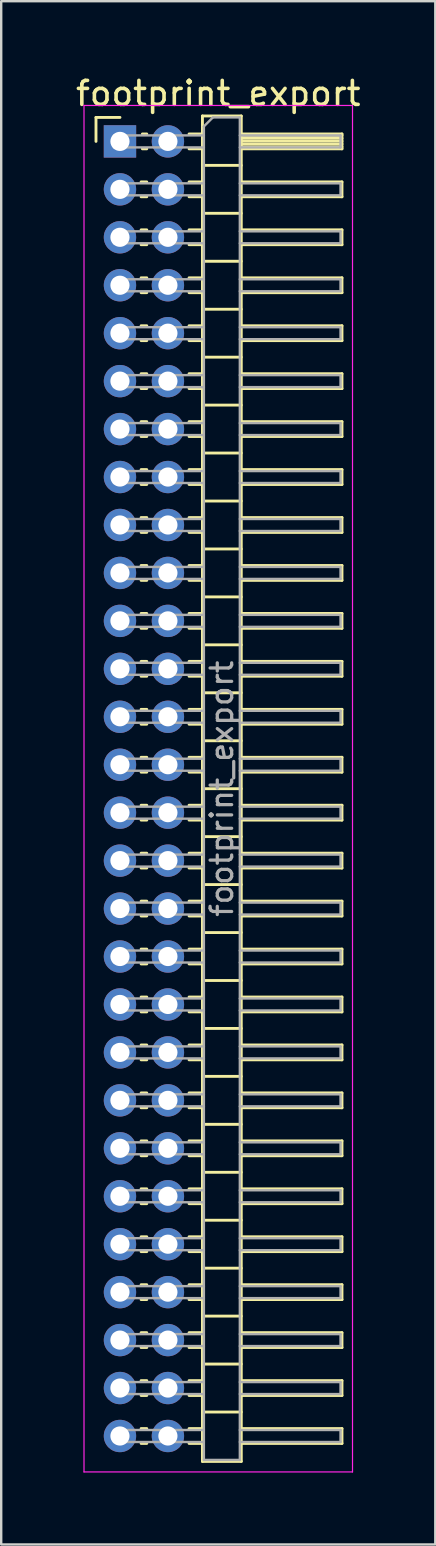
<source format=kicad_pcb>
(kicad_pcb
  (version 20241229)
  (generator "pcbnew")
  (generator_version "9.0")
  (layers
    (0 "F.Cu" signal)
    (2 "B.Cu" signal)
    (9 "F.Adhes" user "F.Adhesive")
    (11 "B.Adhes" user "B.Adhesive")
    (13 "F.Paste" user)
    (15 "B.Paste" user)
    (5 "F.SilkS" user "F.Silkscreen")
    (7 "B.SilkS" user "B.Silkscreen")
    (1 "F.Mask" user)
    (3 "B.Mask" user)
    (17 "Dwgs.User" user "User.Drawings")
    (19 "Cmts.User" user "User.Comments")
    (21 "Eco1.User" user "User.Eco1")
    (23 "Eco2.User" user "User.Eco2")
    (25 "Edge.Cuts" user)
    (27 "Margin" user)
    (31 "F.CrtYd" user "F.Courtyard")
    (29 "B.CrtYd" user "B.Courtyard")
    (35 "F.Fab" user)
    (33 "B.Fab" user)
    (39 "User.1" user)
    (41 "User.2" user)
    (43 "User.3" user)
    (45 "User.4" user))
  (footprint "footprint_export"
    (layer "F.Cu")
    (at 1.954 2.848)
    (property "Reference" "footprint_export" (at 4.1 -2 0) (layer "F.SilkS") (effects (font (size 1 1) (thickness 0.15))))
    (attr through_hole)
    (fp_line (start -1 -1) (end 0 -1) (stroke (width 0.12) (type solid)) (layer "F.SilkS"))
    (fp_line (start -1 0) (end -1 -1) (stroke (width 0.12) (type solid)) (layer "F.SilkS"))
    (fp_line (start 0.882 1.69) (end 1.118 1.69) (stroke (width 0.12) (type solid)) (layer "F.SilkS"))
    (fp_line (start 0.882 2.31) (end 1.118 2.31) (stroke (width 0.12) (type solid)) (layer "F.SilkS"))
    (fp_line (start 0.882 3.69) (end 1.118 3.69) (stroke (width 0.12) (type solid)) (layer "F.SilkS"))
    (fp_line (start 0.882 4.31) (end 1.118 4.31) (stroke (width 0.12) (type solid)) (layer "F.SilkS"))
    (fp_line (start 0.882 5.69) (end 1.118 5.69) (stroke (width 0.12) (type solid)) (layer "F.SilkS"))
    (fp_line (start 0.882 6.31) (end 1.118 6.31) (stroke (width 0.12) (type solid)) (layer "F.SilkS"))
    (fp_line (start 0.882 7.69) (end 1.118 7.69) (stroke (width 0.12) (type solid)) (layer "F.SilkS"))
    (fp_line (start 0.882 8.31) (end 1.118 8.31) (stroke (width 0.12) (type solid)) (layer "F.SilkS"))
    (fp_line (start 0.882 9.69) (end 1.118 9.69) (stroke (width 0.12) (type solid)) (layer "F.SilkS"))
    (fp_line (start 0.882 10.31) (end 1.118 10.31) (stroke (width 0.12) (type solid)) (layer "F.SilkS"))
    (fp_line (start 0.882 11.69) (end 1.118 11.69) (stroke (width 0.12) (type solid)) (layer "F.SilkS"))
    (fp_line (start 0.882 12.31) (end 1.118 12.31) (stroke (width 0.12) (type solid)) (layer "F.SilkS"))
    (fp_line (start 0.882 13.69) (end 1.118 13.69) (stroke (width 0.12) (type solid)) (layer "F.SilkS"))
    (fp_line (start 0.882 14.31) (end 1.118 14.31) (stroke (width 0.12) (type solid)) (layer "F.SilkS"))
    (fp_line (start 0.882 15.69) (end 1.118 15.69) (stroke (width 0.12) (type solid)) (layer "F.SilkS"))
    (fp_line (start 0.882 16.31) (end 1.118 16.31) (stroke (width 0.12) (type solid)) (layer "F.SilkS"))
    (fp_line (start 0.882 17.69) (end 1.118 17.69) (stroke (width 0.12) (type solid)) (layer "F.SilkS"))
    (fp_line (start 0.882 18.31) (end 1.118 18.31) (stroke (width 0.12) (type solid)) (layer "F.SilkS"))
    (fp_line (start 0.882 19.69) (end 1.118 19.69) (stroke (width 0.12) (type solid)) (layer "F.SilkS"))
    (fp_line (start 0.882 20.31) (end 1.118 20.31) (stroke (width 0.12) (type solid)) (layer "F.SilkS"))
    (fp_line (start 0.882 21.69) (end 1.118 21.69) (stroke (width 0.12) (type solid)) (layer "F.SilkS"))
    (fp_line (start 0.882 22.31) (end 1.118 22.31) (stroke (width 0.12) (type solid)) (layer "F.SilkS"))
    (fp_line (start 0.882 23.69) (end 1.118 23.69) (stroke (width 0.12) (type solid)) (layer "F.SilkS"))
    (fp_line (start 0.882 24.31) (end 1.118 24.31) (stroke (width 0.12) (type solid)) (layer "F.SilkS"))
    (fp_line (start 0.882 25.69) (end 1.118 25.69) (stroke (width 0.12) (type solid)) (layer "F.SilkS"))
    (fp_line (start 0.882 26.31) (end 1.118 26.31) (stroke (width 0.12) (type solid)) (layer "F.SilkS"))
    (fp_line (start 0.882 27.69) (end 1.118 27.69) (stroke (width 0.12) (type solid)) (layer "F.SilkS"))
    (fp_line (start 0.882 28.31) (end 1.118 28.31) (stroke (width 0.12) (type solid)) (layer "F.SilkS"))
    (fp_line (start 0.882 29.69) (end 1.118 29.69) (stroke (width 0.12) (type solid)) (layer "F.SilkS"))
    (fp_line (start 0.882 30.31) (end 1.118 30.31) (stroke (width 0.12) (type solid)) (layer "F.SilkS"))
    (fp_line (start 0.882 31.69) (end 1.118 31.69) (stroke (width 0.12) (type solid)) (layer "F.SilkS"))
    (fp_line (start 0.882 32.31) (end 1.118 32.31) (stroke (width 0.12) (type solid)) (layer "F.SilkS"))
    (fp_line (start 0.882 33.69) (end 1.118 33.69) (stroke (width 0.12) (type solid)) (layer "F.SilkS"))
    (fp_line (start 0.882 34.31) (end 1.118 34.31) (stroke (width 0.12) (type solid)) (layer "F.SilkS"))
    (fp_line (start 0.882 35.69) (end 1.118 35.69) (stroke (width 0.12) (type solid)) (layer "F.SilkS"))
    (fp_line (start 0.882 36.31) (end 1.118 36.31) (stroke (width 0.12) (type solid)) (layer "F.SilkS"))
    (fp_line (start 0.882 37.69) (end 1.118 37.69) (stroke (width 0.12) (type solid)) (layer "F.SilkS"))
    (fp_line (start 0.882 38.31) (end 1.118 38.31) (stroke (width 0.12) (type solid)) (layer "F.SilkS"))
    (fp_line (start 0.882 39.69) (end 1.118 39.69) (stroke (width 0.12) (type solid)) (layer "F.SilkS"))
    (fp_line (start 0.882 40.31) (end 1.118 40.31) (stroke (width 0.12) (type solid)) (layer "F.SilkS"))
    (fp_line (start 0.882 41.69) (end 1.118 41.69) (stroke (width 0.12) (type solid)) (layer "F.SilkS"))
    (fp_line (start 0.882 42.31) (end 1.118 42.31) (stroke (width 0.12) (type solid)) (layer "F.SilkS"))
    (fp_line (start 0.882 43.69) (end 1.118 43.69) (stroke (width 0.12) (type solid)) (layer "F.SilkS"))
    (fp_line (start 0.882 44.31) (end 1.118 44.31) (stroke (width 0.12) (type solid)) (layer "F.SilkS"))
    (fp_line (start 0.882 45.69) (end 1.118 45.69) (stroke (width 0.12) (type solid)) (layer "F.SilkS"))
    (fp_line (start 0.882 46.31) (end 1.118 46.31) (stroke (width 0.12) (type solid)) (layer "F.SilkS"))
    (fp_line (start 0.882 47.69) (end 1.118 47.69) (stroke (width 0.12) (type solid)) (layer "F.SilkS"))
    (fp_line (start 0.882 48.31) (end 1.118 48.31) (stroke (width 0.12) (type solid)) (layer "F.SilkS"))
    (fp_line (start 0.882 49.69) (end 1.118 49.69) (stroke (width 0.12) (type solid)) (layer "F.SilkS"))
    (fp_line (start 0.882 50.31) (end 1.118 50.31) (stroke (width 0.12) (type solid)) (layer "F.SilkS"))
    (fp_line (start 0.882 51.69) (end 1.118 51.69) (stroke (width 0.12) (type solid)) (layer "F.SilkS"))
    (fp_line (start 0.882 52.31) (end 1.118 52.31) (stroke (width 0.12) (type solid)) (layer "F.SilkS"))
    (fp_line (start 0.882 53.69) (end 1.118 53.69) (stroke (width 0.12) (type solid)) (layer "F.SilkS"))
    (fp_line (start 0.882 54.31) (end 1.118 54.31) (stroke (width 0.12) (type solid)) (layer "F.SilkS"))
    (fp_line (start 0.935 -0.31) (end 1.118 -0.31) (stroke (width 0.12) (type solid)) (layer "F.SilkS"))
    (fp_line (start 0.935 0.31) (end 1.118 0.31) (stroke (width 0.12) (type solid)) (layer "F.SilkS"))
    (fp_line (start 2.882 -0.31) (end 3.44 -0.31) (stroke (width 0.12) (type solid)) (layer "F.SilkS"))
    (fp_line (start 2.882 0.31) (end 3.44 0.31) (stroke (width 0.12) (type solid)) (layer "F.SilkS"))
    (fp_line (start 2.882 1.69) (end 3.44 1.69) (stroke (width 0.12) (type solid)) (layer "F.SilkS"))
    (fp_line (start 2.882 2.31) (end 3.44 2.31) (stroke (width 0.12) (type solid)) (layer "F.SilkS"))
    (fp_line (start 2.882 3.69) (end 3.44 3.69) (stroke (width 0.12) (type solid)) (layer "F.SilkS"))
    (fp_line (start 2.882 4.31) (end 3.44 4.31) (stroke (width 0.12) (type solid)) (layer "F.SilkS"))
    (fp_line (start 2.882 5.69) (end 3.44 5.69) (stroke (width 0.12) (type solid)) (layer "F.SilkS"))
    (fp_line (start 2.882 6.31) (end 3.44 6.31) (stroke (width 0.12) (type solid)) (layer "F.SilkS"))
    (fp_line (start 2.882 7.69) (end 3.44 7.69) (stroke (width 0.12) (type solid)) (layer "F.SilkS"))
    (fp_line (start 2.882 8.31) (end 3.44 8.31) (stroke (width 0.12) (type solid)) (layer "F.SilkS"))
    (fp_line (start 2.882 9.69) (end 3.44 9.69) (stroke (width 0.12) (type solid)) (layer "F.SilkS"))
    (fp_line (start 2.882 10.31) (end 3.44 10.31) (stroke (width 0.12) (type solid)) (layer "F.SilkS"))
    (fp_line (start 2.882 11.69) (end 3.44 11.69) (stroke (width 0.12) (type solid)) (layer "F.SilkS"))
    (fp_line (start 2.882 12.31) (end 3.44 12.31) (stroke (width 0.12) (type solid)) (layer "F.SilkS"))
    (fp_line (start 2.882 13.69) (end 3.44 13.69) (stroke (width 0.12) (type solid)) (layer "F.SilkS"))
    (fp_line (start 2.882 14.31) (end 3.44 14.31) (stroke (width 0.12) (type solid)) (layer "F.SilkS"))
    (fp_line (start 2.882 15.69) (end 3.44 15.69) (stroke (width 0.12) (type solid)) (layer "F.SilkS"))
    (fp_line (start 2.882 16.31) (end 3.44 16.31) (stroke (width 0.12) (type solid)) (layer "F.SilkS"))
    (fp_line (start 2.882 17.69) (end 3.44 17.69) (stroke (width 0.12) (type solid)) (layer "F.SilkS"))
    (fp_line (start 2.882 18.31) (end 3.44 18.31) (stroke (width 0.12) (type solid)) (layer "F.SilkS"))
    (fp_line (start 2.882 19.69) (end 3.44 19.69) (stroke (width 0.12) (type solid)) (layer "F.SilkS"))
    (fp_line (start 2.882 20.31) (end 3.44 20.31) (stroke (width 0.12) (type solid)) (layer "F.SilkS"))
    (fp_line (start 2.882 21.69) (end 3.44 21.69) (stroke (width 0.12) (type solid)) (layer "F.SilkS"))
    (fp_line (start 2.882 22.31) (end 3.44 22.31) (stroke (width 0.12) (type solid)) (layer "F.SilkS"))
    (fp_line (start 2.882 23.69) (end 3.44 23.69) (stroke (width 0.12) (type solid)) (layer "F.SilkS"))
    (fp_line (start 2.882 24.31) (end 3.44 24.31) (stroke (width 0.12) (type solid)) (layer "F.SilkS"))
    (fp_line (start 2.882 25.69) (end 3.44 25.69) (stroke (width 0.12) (type solid)) (layer "F.SilkS"))
    (fp_line (start 2.882 26.31) (end 3.44 26.31) (stroke (width 0.12) (type solid)) (layer "F.SilkS"))
    (fp_line (start 2.882 27.69) (end 3.44 27.69) (stroke (width 0.12) (type solid)) (layer "F.SilkS"))
    (fp_line (start 2.882 28.31) (end 3.44 28.31) (stroke (width 0.12) (type solid)) (layer "F.SilkS"))
    (fp_line (start 2.882 29.69) (end 3.44 29.69) (stroke (width 0.12) (type solid)) (layer "F.SilkS"))
    (fp_line (start 2.882 30.31) (end 3.44 30.31) (stroke (width 0.12) (type solid)) (layer "F.SilkS"))
    (fp_line (start 2.882 31.69) (end 3.44 31.69) (stroke (width 0.12) (type solid)) (layer "F.SilkS"))
    (fp_line (start 2.882 32.31) (end 3.44 32.31) (stroke (width 0.12) (type solid)) (layer "F.SilkS"))
    (fp_line (start 2.882 33.69) (end 3.44 33.69) (stroke (width 0.12) (type solid)) (layer "F.SilkS"))
    (fp_line (start 2.882 34.31) (end 3.44 34.31) (stroke (width 0.12) (type solid)) (layer "F.SilkS"))
    (fp_line (start 2.882 35.69) (end 3.44 35.69) (stroke (width 0.12) (type solid)) (layer "F.SilkS"))
    (fp_line (start 2.882 36.31) (end 3.44 36.31) (stroke (width 0.12) (type solid)) (layer "F.SilkS"))
    (fp_line (start 2.882 37.69) (end 3.44 37.69) (stroke (width 0.12) (type solid)) (layer "F.SilkS"))
    (fp_line (start 2.882 38.31) (end 3.44 38.31) (stroke (width 0.12) (type solid)) (layer "F.SilkS"))
    (fp_line (start 2.882 39.69) (end 3.44 39.69) (stroke (width 0.12) (type solid)) (layer "F.SilkS"))
    (fp_line (start 2.882 40.31) (end 3.44 40.31) (stroke (width 0.12) (type solid)) (layer "F.SilkS"))
    (fp_line (start 2.882 41.69) (end 3.44 41.69) (stroke (width 0.12) (type solid)) (layer "F.SilkS"))
    (fp_line (start 2.882 42.31) (end 3.44 42.31) (stroke (width 0.12) (type solid)) (layer "F.SilkS"))
    (fp_line (start 2.882 43.69) (end 3.44 43.69) (stroke (width 0.12) (type solid)) (layer "F.SilkS"))
    (fp_line (start 2.882 44.31) (end 3.44 44.31) (stroke (width 0.12) (type solid)) (layer "F.SilkS"))
    (fp_line (start 2.882 45.69) (end 3.44 45.69) (stroke (width 0.12) (type solid)) (layer "F.SilkS"))
    (fp_line (start 2.882 46.31) (end 3.44 46.31) (stroke (width 0.12) (type solid)) (layer "F.SilkS"))
    (fp_line (start 2.882 47.69) (end 3.44 47.69) (stroke (width 0.12) (type solid)) (layer "F.SilkS"))
    (fp_line (start 2.882 48.31) (end 3.44 48.31) (stroke (width 0.12) (type solid)) (layer "F.SilkS"))
    (fp_line (start 2.882 49.69) (end 3.44 49.69) (stroke (width 0.12) (type solid)) (layer "F.SilkS"))
    (fp_line (start 2.882 50.31) (end 3.44 50.31) (stroke (width 0.12) (type solid)) (layer "F.SilkS"))
    (fp_line (start 2.882 51.69) (end 3.44 51.69) (stroke (width 0.12) (type solid)) (layer "F.SilkS"))
    (fp_line (start 2.882 52.31) (end 3.44 52.31) (stroke (width 0.12) (type solid)) (layer "F.SilkS"))
    (fp_line (start 2.882 53.69) (end 3.44 53.69) (stroke (width 0.12) (type solid)) (layer "F.SilkS"))
    (fp_line (start 2.882 54.31) (end 3.44 54.31) (stroke (width 0.12) (type solid)) (layer "F.SilkS"))
    (fp_line (start 3.44 -1.06) (end 3.44 55.06) (stroke (width 0.12) (type solid)) (layer "F.SilkS"))
    (fp_line (start 3.44 1) (end 5.06 1) (stroke (width 0.12) (type solid)) (layer "F.SilkS"))
    (fp_line (start 3.44 3) (end 5.06 3) (stroke (width 0.12) (type solid)) (layer "F.SilkS"))
    (fp_line (start 3.44 5) (end 5.06 5) (stroke (width 0.12) (type solid)) (layer "F.SilkS"))
    (fp_line (start 3.44 7) (end 5.06 7) (stroke (width 0.12) (type solid)) (layer "F.SilkS"))
    (fp_line (start 3.44 9) (end 5.06 9) (stroke (width 0.12) (type solid)) (layer "F.SilkS"))
    (fp_line (start 3.44 11) (end 5.06 11) (stroke (width 0.12) (type solid)) (layer "F.SilkS"))
    (fp_line (start 3.44 13) (end 5.06 13) (stroke (width 0.12) (type solid)) (layer "F.SilkS"))
    (fp_line (start 3.44 15) (end 5.06 15) (stroke (width 0.12) (type solid)) (layer "F.SilkS"))
    (fp_line (start 3.44 17) (end 5.06 17) (stroke (width 0.12) (type solid)) (layer "F.SilkS"))
    (fp_line (start 3.44 19) (end 5.06 19) (stroke (width 0.12) (type solid)) (layer "F.SilkS"))
    (fp_line (start 3.44 21) (end 5.06 21) (stroke (width 0.12) (type solid)) (layer "F.SilkS"))
    (fp_line (start 3.44 23) (end 5.06 23) (stroke (width 0.12) (type solid)) (layer "F.SilkS"))
    (fp_line (start 3.44 25) (end 5.06 25) (stroke (width 0.12) (type solid)) (layer "F.SilkS"))
    (fp_line (start 3.44 27) (end 5.06 27) (stroke (width 0.12) (type solid)) (layer "F.SilkS"))
    (fp_line (start 3.44 29) (end 5.06 29) (stroke (width 0.12) (type solid)) (layer "F.SilkS"))
    (fp_line (start 3.44 31) (end 5.06 31) (stroke (width 0.12) (type solid)) (layer "F.SilkS"))
    (fp_line (start 3.44 33) (end 5.06 33) (stroke (width 0.12) (type solid)) (layer "F.SilkS"))
    (fp_line (start 3.44 35) (end 5.06 35) (stroke (width 0.12) (type solid)) (layer "F.SilkS"))
    (fp_line (start 3.44 37) (end 5.06 37) (stroke (width 0.12) (type solid)) (layer "F.SilkS"))
    (fp_line (start 3.44 39) (end 5.06 39) (stroke (width 0.12) (type solid)) (layer "F.SilkS"))
    (fp_line (start 3.44 41) (end 5.06 41) (stroke (width 0.12) (type solid)) (layer "F.SilkS"))
    (fp_line (start 3.44 43) (end 5.06 43) (stroke (width 0.12) (type solid)) (layer "F.SilkS"))
    (fp_line (start 3.44 45) (end 5.06 45) (stroke (width 0.12) (type solid)) (layer "F.SilkS"))
    (fp_line (start 3.44 47) (end 5.06 47) (stroke (width 0.12) (type solid)) (layer "F.SilkS"))
    (fp_line (start 3.44 49) (end 5.06 49) (stroke (width 0.12) (type solid)) (layer "F.SilkS"))
    (fp_line (start 3.44 51) (end 5.06 51) (stroke (width 0.12) (type solid)) (layer "F.SilkS"))
    (fp_line (start 3.44 53) (end 5.06 53) (stroke (width 0.12) (type solid)) (layer "F.SilkS"))
    (fp_line (start 3.44 55.06) (end 5.06 55.06) (stroke (width 0.12) (type solid)) (layer "F.SilkS"))
    (fp_line (start 5.06 -1.06) (end 3.44 -1.06) (stroke (width 0.12) (type solid)) (layer "F.SilkS"))
    (fp_line (start 5.06 -0.31) (end 9.26 -0.31) (stroke (width 0.12) (type solid)) (layer "F.SilkS"))
    (fp_line (start 5.06 -0.25) (end 9.26 -0.25) (stroke (width 0.12) (type solid)) (layer "F.SilkS"))
    (fp_line (start 5.06 -0.13) (end 9.26 -0.13) (stroke (width 0.12) (type solid)) (layer "F.SilkS"))
    (fp_line (start 5.06 -0.01) (end 9.26 -0.01) (stroke (width 0.12) (type solid)) (layer "F.SilkS"))
    (fp_line (start 5.06 0.11) (end 9.26 0.11) (stroke (width 0.12) (type solid)) (layer "F.SilkS"))
    (fp_line (start 5.06 0.23) (end 9.26 0.23) (stroke (width 0.12) (type solid)) (layer "F.SilkS"))
    (fp_line (start 5.06 1.69) (end 9.26 1.69) (stroke (width 0.12) (type solid)) (layer "F.SilkS"))
    (fp_line (start 5.06 3.69) (end 9.26 3.69) (stroke (width 0.12) (type solid)) (layer "F.SilkS"))
    (fp_line (start 5.06 5.69) (end 9.26 5.69) (stroke (width 0.12) (type solid)) (layer "F.SilkS"))
    (fp_line (start 5.06 7.69) (end 9.26 7.69) (stroke (width 0.12) (type solid)) (layer "F.SilkS"))
    (fp_line (start 5.06 9.69) (end 9.26 9.69) (stroke (width 0.12) (type solid)) (layer "F.SilkS"))
    (fp_line (start 5.06 11.69) (end 9.26 11.69) (stroke (width 0.12) (type solid)) (layer "F.SilkS"))
    (fp_line (start 5.06 13.69) (end 9.26 13.69) (stroke (width 0.12) (type solid)) (layer "F.SilkS"))
    (fp_line (start 5.06 15.69) (end 9.26 15.69) (stroke (width 0.12) (type solid)) (layer "F.SilkS"))
    (fp_line (start 5.06 17.69) (end 9.26 17.69) (stroke (width 0.12) (type solid)) (layer "F.SilkS"))
    (fp_line (start 5.06 19.69) (end 9.26 19.69) (stroke (width 0.12) (type solid)) (layer "F.SilkS"))
    (fp_line (start 5.06 21.69) (end 9.26 21.69) (stroke (width 0.12) (type solid)) (layer "F.SilkS"))
    (fp_line (start 5.06 23.69) (end 9.26 23.69) (stroke (width 0.12) (type solid)) (layer "F.SilkS"))
    (fp_line (start 5.06 25.69) (end 9.26 25.69) (stroke (width 0.12) (type solid)) (layer "F.SilkS"))
    (fp_line (start 5.06 27.69) (end 9.26 27.69) (stroke (width 0.12) (type solid)) (layer "F.SilkS"))
    (fp_line (start 5.06 29.69) (end 9.26 29.69) (stroke (width 0.12) (type solid)) (layer "F.SilkS"))
    (fp_line (start 5.06 31.69) (end 9.26 31.69) (stroke (width 0.12) (type solid)) (layer "F.SilkS"))
    (fp_line (start 5.06 33.69) (end 9.26 33.69) (stroke (width 0.12) (type solid)) (layer "F.SilkS"))
    (fp_line (start 5.06 35.69) (end 9.26 35.69) (stroke (width 0.12) (type solid)) (layer "F.SilkS"))
    (fp_line (start 5.06 37.69) (end 9.26 37.69) (stroke (width 0.12) (type solid)) (layer "F.SilkS"))
    (fp_line (start 5.06 39.69) (end 9.26 39.69) (stroke (width 0.12) (type solid)) (layer "F.SilkS"))
    (fp_line (start 5.06 41.69) (end 9.26 41.69) (stroke (width 0.12) (type solid)) (layer "F.SilkS"))
    (fp_line (start 5.06 43.69) (end 9.26 43.69) (stroke (width 0.12) (type solid)) (layer "F.SilkS"))
    (fp_line (start 5.06 45.69) (end 9.26 45.69) (stroke (width 0.12) (type solid)) (layer "F.SilkS"))
    (fp_line (start 5.06 47.69) (end 9.26 47.69) (stroke (width 0.12) (type solid)) (layer "F.SilkS"))
    (fp_line (start 5.06 49.69) (end 9.26 49.69) (stroke (width 0.12) (type solid)) (layer "F.SilkS"))
    (fp_line (start 5.06 51.69) (end 9.26 51.69) (stroke (width 0.12) (type solid)) (layer "F.SilkS"))
    (fp_line (start 5.06 53.69) (end 9.26 53.69) (stroke (width 0.12) (type solid)) (layer "F.SilkS"))
    (fp_line (start 5.06 55.06) (end 5.06 -1.06) (stroke (width 0.12) (type solid)) (layer "F.SilkS"))
    (fp_line (start 9.26 -0.31) (end 9.26 0.31) (stroke (width 0.12) (type solid)) (layer "F.SilkS"))
    (fp_line (start 9.26 0.31) (end 5.06 0.31) (stroke (width 0.12) (type solid)) (layer "F.SilkS"))
    (fp_line (start 9.26 1.69) (end 9.26 2.31) (stroke (width 0.12) (type solid)) (layer "F.SilkS"))
    (fp_line (start 9.26 2.31) (end 5.06 2.31) (stroke (width 0.12) (type solid)) (layer "F.SilkS"))
    (fp_line (start 9.26 3.69) (end 9.26 4.31) (stroke (width 0.12) (type solid)) (layer "F.SilkS"))
    (fp_line (start 9.26 4.31) (end 5.06 4.31) (stroke (width 0.12) (type solid)) (layer "F.SilkS"))
    (fp_line (start 9.26 5.69) (end 9.26 6.31) (stroke (width 0.12) (type solid)) (layer "F.SilkS"))
    (fp_line (start 9.26 6.31) (end 5.06 6.31) (stroke (width 0.12) (type solid)) (layer "F.SilkS"))
    (fp_line (start 9.26 7.69) (end 9.26 8.31) (stroke (width 0.12) (type solid)) (layer "F.SilkS"))
    (fp_line (start 9.26 8.31) (end 5.06 8.31) (stroke (width 0.12) (type solid)) (layer "F.SilkS"))
    (fp_line (start 9.26 9.69) (end 9.26 10.31) (stroke (width 0.12) (type solid)) (layer "F.SilkS"))
    (fp_line (start 9.26 10.31) (end 5.06 10.31) (stroke (width 0.12) (type solid)) (layer "F.SilkS"))
    (fp_line (start 9.26 11.69) (end 9.26 12.31) (stroke (width 0.12) (type solid)) (layer "F.SilkS"))
    (fp_line (start 9.26 12.31) (end 5.06 12.31) (stroke (width 0.12) (type solid)) (layer "F.SilkS"))
    (fp_line (start 9.26 13.69) (end 9.26 14.31) (stroke (width 0.12) (type solid)) (layer "F.SilkS"))
    (fp_line (start 9.26 14.31) (end 5.06 14.31) (stroke (width 0.12) (type solid)) (layer "F.SilkS"))
    (fp_line (start 9.26 15.69) (end 9.26 16.31) (stroke (width 0.12) (type solid)) (layer "F.SilkS"))
    (fp_line (start 9.26 16.31) (end 5.06 16.31) (stroke (width 0.12) (type solid)) (layer "F.SilkS"))
    (fp_line (start 9.26 17.69) (end 9.26 18.31) (stroke (width 0.12) (type solid)) (layer "F.SilkS"))
    (fp_line (start 9.26 18.31) (end 5.06 18.31) (stroke (width 0.12) (type solid)) (layer "F.SilkS"))
    (fp_line (start 9.26 19.69) (end 9.26 20.31) (stroke (width 0.12) (type solid)) (layer "F.SilkS"))
    (fp_line (start 9.26 20.31) (end 5.06 20.31) (stroke (width 0.12) (type solid)) (layer "F.SilkS"))
    (fp_line (start 9.26 21.69) (end 9.26 22.31) (stroke (width 0.12) (type solid)) (layer "F.SilkS"))
    (fp_line (start 9.26 22.31) (end 5.06 22.31) (stroke (width 0.12) (type solid)) (layer "F.SilkS"))
    (fp_line (start 9.26 23.69) (end 9.26 24.31) (stroke (width 0.12) (type solid)) (layer "F.SilkS"))
    (fp_line (start 9.26 24.31) (end 5.06 24.31) (stroke (width 0.12) (type solid)) (layer "F.SilkS"))
    (fp_line (start 9.26 25.69) (end 9.26 26.31) (stroke (width 0.12) (type solid)) (layer "F.SilkS"))
    (fp_line (start 9.26 26.31) (end 5.06 26.31) (stroke (width 0.12) (type solid)) (layer "F.SilkS"))
    (fp_line (start 9.26 27.69) (end 9.26 28.31) (stroke (width 0.12) (type solid)) (layer "F.SilkS"))
    (fp_line (start 9.26 28.31) (end 5.06 28.31) (stroke (width 0.12) (type solid)) (layer "F.SilkS"))
    (fp_line (start 9.26 29.69) (end 9.26 30.31) (stroke (width 0.12) (type solid)) (layer "F.SilkS"))
    (fp_line (start 9.26 30.31) (end 5.06 30.31) (stroke (width 0.12) (type solid)) (layer "F.SilkS"))
    (fp_line (start 9.26 31.69) (end 9.26 32.31) (stroke (width 0.12) (type solid)) (layer "F.SilkS"))
    (fp_line (start 9.26 32.31) (end 5.06 32.31) (stroke (width 0.12) (type solid)) (layer "F.SilkS"))
    (fp_line (start 9.26 33.69) (end 9.26 34.31) (stroke (width 0.12) (type solid)) (layer "F.SilkS"))
    (fp_line (start 9.26 34.31) (end 5.06 34.31) (stroke (width 0.12) (type solid)) (layer "F.SilkS"))
    (fp_line (start 9.26 35.69) (end 9.26 36.31) (stroke (width 0.12) (type solid)) (layer "F.SilkS"))
    (fp_line (start 9.26 36.31) (end 5.06 36.31) (stroke (width 0.12) (type solid)) (layer "F.SilkS"))
    (fp_line (start 9.26 37.69) (end 9.26 38.31) (stroke (width 0.12) (type solid)) (layer "F.SilkS"))
    (fp_line (start 9.26 38.31) (end 5.06 38.31) (stroke (width 0.12) (type solid)) (layer "F.SilkS"))
    (fp_line (start 9.26 39.69) (end 9.26 40.31) (stroke (width 0.12) (type solid)) (layer "F.SilkS"))
    (fp_line (start 9.26 40.31) (end 5.06 40.31) (stroke (width 0.12) (type solid)) (layer "F.SilkS"))
    (fp_line (start 9.26 41.69) (end 9.26 42.31) (stroke (width 0.12) (type solid)) (layer "F.SilkS"))
    (fp_line (start 9.26 42.31) (end 5.06 42.31) (stroke (width 0.12) (type solid)) (layer "F.SilkS"))
    (fp_line (start 9.26 43.69) (end 9.26 44.31) (stroke (width 0.12) (type solid)) (layer "F.SilkS"))
    (fp_line (start 9.26 44.31) (end 5.06 44.31) (stroke (width 0.12) (type solid)) (layer "F.SilkS"))
    (fp_line (start 9.26 45.69) (end 9.26 46.31) (stroke (width 0.12) (type solid)) (layer "F.SilkS"))
    (fp_line (start 9.26 46.31) (end 5.06 46.31) (stroke (width 0.12) (type solid)) (layer "F.SilkS"))
    (fp_line (start 9.26 47.69) (end 9.26 48.31) (stroke (width 0.12) (type solid)) (layer "F.SilkS"))
    (fp_line (start 9.26 48.31) (end 5.06 48.31) (stroke (width 0.12) (type solid)) (layer "F.SilkS"))
    (fp_line (start 9.26 49.69) (end 9.26 50.31) (stroke (width 0.12) (type solid)) (layer "F.SilkS"))
    (fp_line (start 9.26 50.31) (end 5.06 50.31) (stroke (width 0.12) (type solid)) (layer "F.SilkS"))
    (fp_line (start 9.26 51.69) (end 9.26 52.31) (stroke (width 0.12) (type solid)) (layer "F.SilkS"))
    (fp_line (start 9.26 52.31) (end 5.06 52.31) (stroke (width 0.12) (type solid)) (layer "F.SilkS"))
    (fp_line (start 9.26 53.69) (end 9.26 54.31) (stroke (width 0.12) (type solid)) (layer "F.SilkS"))
    (fp_line (start 9.26 54.31) (end 5.06 54.31) (stroke (width 0.12) (type solid)) (layer "F.SilkS"))
    (fp_line (start -1.5 -1.5) (end -1.5 55.5) (stroke (width 0.05) (type solid)) (layer "F.CrtYd"))
    (fp_line (start -1.5 55.5) (end 9.7 55.5) (stroke (width 0.05) (type solid)) (layer "F.CrtYd"))
    (fp_line (start 9.7 -1.5) (end -1.5 -1.5) (stroke (width 0.05) (type solid)) (layer "F.CrtYd"))
    (fp_line (start 9.7 55.5) (end 9.7 -1.5) (stroke (width 0.05) (type solid)) (layer "F.CrtYd"))
    (fp_line (start -0.25 -0.25) (end -0.25 0.25) (stroke (width 0.1) (type solid)) (layer "F.Fab"))
    (fp_line (start -0.25 -0.25) (end 3.5 -0.25) (stroke (width 0.1) (type solid)) (layer "F.Fab"))
    (fp_line (start -0.25 0.25) (end 3.5 0.25) (stroke (width 0.1) (type solid)) (layer "F.Fab"))
    (fp_line (start -0.25 1.75) (end -0.25 2.25) (stroke (width 0.1) (type solid)) (layer "F.Fab"))
    (fp_line (start -0.25 1.75) (end 3.5 1.75) (stroke (width 0.1) (type solid)) (layer "F.Fab"))
    (fp_line (start -0.25 2.25) (end 3.5 2.25) (stroke (width 0.1) (type solid)) (layer "F.Fab"))
    (fp_line (start -0.25 3.75) (end -0.25 4.25) (stroke (width 0.1) (type solid)) (layer "F.Fab"))
    (fp_line (start -0.25 3.75) (end 3.5 3.75) (stroke (width 0.1) (type solid)) (layer "F.Fab"))
    (fp_line (start -0.25 4.25) (end 3.5 4.25) (stroke (width 0.1) (type solid)) (layer "F.Fab"))
    (fp_line (start -0.25 5.75) (end -0.25 6.25) (stroke (width 0.1) (type solid)) (layer "F.Fab"))
    (fp_line (start -0.25 5.75) (end 3.5 5.75) (stroke (width 0.1) (type solid)) (layer "F.Fab"))
    (fp_line (start -0.25 6.25) (end 3.5 6.25) (stroke (width 0.1) (type solid)) (layer "F.Fab"))
    (fp_line (start -0.25 7.75) (end -0.25 8.25) (stroke (width 0.1) (type solid)) (layer "F.Fab"))
    (fp_line (start -0.25 7.75) (end 3.5 7.75) (stroke (width 0.1) (type solid)) (layer "F.Fab"))
    (fp_line (start -0.25 8.25) (end 3.5 8.25) (stroke (width 0.1) (type solid)) (layer "F.Fab"))
    (fp_line (start -0.25 9.75) (end -0.25 10.25) (stroke (width 0.1) (type solid)) (layer "F.Fab"))
    (fp_line (start -0.25 9.75) (end 3.5 9.75) (stroke (width 0.1) (type solid)) (layer "F.Fab"))
    (fp_line (start -0.25 10.25) (end 3.5 10.25) (stroke (width 0.1) (type solid)) (layer "F.Fab"))
    (fp_line (start -0.25 11.75) (end -0.25 12.25) (stroke (width 0.1) (type solid)) (layer "F.Fab"))
    (fp_line (start -0.25 11.75) (end 3.5 11.75) (stroke (width 0.1) (type solid)) (layer "F.Fab"))
    (fp_line (start -0.25 12.25) (end 3.5 12.25) (stroke (width 0.1) (type solid)) (layer "F.Fab"))
    (fp_line (start -0.25 13.75) (end -0.25 14.25) (stroke (width 0.1) (type solid)) (layer "F.Fab"))
    (fp_line (start -0.25 13.75) (end 3.5 13.75) (stroke (width 0.1) (type solid)) (layer "F.Fab"))
    (fp_line (start -0.25 14.25) (end 3.5 14.25) (stroke (width 0.1) (type solid)) (layer "F.Fab"))
    (fp_line (start -0.25 15.75) (end -0.25 16.25) (stroke (width 0.1) (type solid)) (layer "F.Fab"))
    (fp_line (start -0.25 15.75) (end 3.5 15.75) (stroke (width 0.1) (type solid)) (layer "F.Fab"))
    (fp_line (start -0.25 16.25) (end 3.5 16.25) (stroke (width 0.1) (type solid)) (layer "F.Fab"))
    (fp_line (start -0.25 17.75) (end -0.25 18.25) (stroke (width 0.1) (type solid)) (layer "F.Fab"))
    (fp_line (start -0.25 17.75) (end 3.5 17.75) (stroke (width 0.1) (type solid)) (layer "F.Fab"))
    (fp_line (start -0.25 18.25) (end 3.5 18.25) (stroke (width 0.1) (type solid)) (layer "F.Fab"))
    (fp_line (start -0.25 19.75) (end -0.25 20.25) (stroke (width 0.1) (type solid)) (layer "F.Fab"))
    (fp_line (start -0.25 19.75) (end 3.5 19.75) (stroke (width 0.1) (type solid)) (layer "F.Fab"))
    (fp_line (start -0.25 20.25) (end 3.5 20.25) (stroke (width 0.1) (type solid)) (layer "F.Fab"))
    (fp_line (start -0.25 21.75) (end -0.25 22.25) (stroke (width 0.1) (type solid)) (layer "F.Fab"))
    (fp_line (start -0.25 21.75) (end 3.5 21.75) (stroke (width 0.1) (type solid)) (layer "F.Fab"))
    (fp_line (start -0.25 22.25) (end 3.5 22.25) (stroke (width 0.1) (type solid)) (layer "F.Fab"))
    (fp_line (start -0.25 23.75) (end -0.25 24.25) (stroke (width 0.1) (type solid)) (layer "F.Fab"))
    (fp_line (start -0.25 23.75) (end 3.5 23.75) (stroke (width 0.1) (type solid)) (layer "F.Fab"))
    (fp_line (start -0.25 24.25) (end 3.5 24.25) (stroke (width 0.1) (type solid)) (layer "F.Fab"))
    (fp_line (start -0.25 25.75) (end -0.25 26.25) (stroke (width 0.1) (type solid)) (layer "F.Fab"))
    (fp_line (start -0.25 25.75) (end 3.5 25.75) (stroke (width 0.1) (type solid)) (layer "F.Fab"))
    (fp_line (start -0.25 26.25) (end 3.5 26.25) (stroke (width 0.1) (type solid)) (layer "F.Fab"))
    (fp_line (start -0.25 27.75) (end -0.25 28.25) (stroke (width 0.1) (type solid)) (layer "F.Fab"))
    (fp_line (start -0.25 27.75) (end 3.5 27.75) (stroke (width 0.1) (type solid)) (layer "F.Fab"))
    (fp_line (start -0.25 28.25) (end 3.5 28.25) (stroke (width 0.1) (type solid)) (layer "F.Fab"))
    (fp_line (start -0.25 29.75) (end -0.25 30.25) (stroke (width 0.1) (type solid)) (layer "F.Fab"))
    (fp_line (start -0.25 29.75) (end 3.5 29.75) (stroke (width 0.1) (type solid)) (layer "F.Fab"))
    (fp_line (start -0.25 30.25) (end 3.5 30.25) (stroke (width 0.1) (type solid)) (layer "F.Fab"))
    (fp_line (start -0.25 31.75) (end -0.25 32.25) (stroke (width 0.1) (type solid)) (layer "F.Fab"))
    (fp_line (start -0.25 31.75) (end 3.5 31.75) (stroke (width 0.1) (type solid)) (layer "F.Fab"))
    (fp_line (start -0.25 32.25) (end 3.5 32.25) (stroke (width 0.1) (type solid)) (layer "F.Fab"))
    (fp_line (start -0.25 33.75) (end -0.25 34.25) (stroke (width 0.1) (type solid)) (layer "F.Fab"))
    (fp_line (start -0.25 33.75) (end 3.5 33.75) (stroke (width 0.1) (type solid)) (layer "F.Fab"))
    (fp_line (start -0.25 34.25) (end 3.5 34.25) (stroke (width 0.1) (type solid)) (layer "F.Fab"))
    (fp_line (start -0.25 35.75) (end -0.25 36.25) (stroke (width 0.1) (type solid)) (layer "F.Fab"))
    (fp_line (start -0.25 35.75) (end 3.5 35.75) (stroke (width 0.1) (type solid)) (layer "F.Fab"))
    (fp_line (start -0.25 36.25) (end 3.5 36.25) (stroke (width 0.1) (type solid)) (layer "F.Fab"))
    (fp_line (start -0.25 37.75) (end -0.25 38.25) (stroke (width 0.1) (type solid)) (layer "F.Fab"))
    (fp_line (start -0.25 37.75) (end 3.5 37.75) (stroke (width 0.1) (type solid)) (layer "F.Fab"))
    (fp_line (start -0.25 38.25) (end 3.5 38.25) (stroke (width 0.1) (type solid)) (layer "F.Fab"))
    (fp_line (start -0.25 39.75) (end -0.25 40.25) (stroke (width 0.1) (type solid)) (layer "F.Fab"))
    (fp_line (start -0.25 39.75) (end 3.5 39.75) (stroke (width 0.1) (type solid)) (layer "F.Fab"))
    (fp_line (start -0.25 40.25) (end 3.5 40.25) (stroke (width 0.1) (type solid)) (layer "F.Fab"))
    (fp_line (start -0.25 41.75) (end -0.25 42.25) (stroke (width 0.1) (type solid)) (layer "F.Fab"))
    (fp_line (start -0.25 41.75) (end 3.5 41.75) (stroke (width 0.1) (type solid)) (layer "F.Fab"))
    (fp_line (start -0.25 42.25) (end 3.5 42.25) (stroke (width 0.1) (type solid)) (layer "F.Fab"))
    (fp_line (start -0.25 43.75) (end -0.25 44.25) (stroke (width 0.1) (type solid)) (layer "F.Fab"))
    (fp_line (start -0.25 43.75) (end 3.5 43.75) (stroke (width 0.1) (type solid)) (layer "F.Fab"))
    (fp_line (start -0.25 44.25) (end 3.5 44.25) (stroke (width 0.1) (type solid)) (layer "F.Fab"))
    (fp_line (start -0.25 45.75) (end -0.25 46.25) (stroke (width 0.1) (type solid)) (layer "F.Fab"))
    (fp_line (start -0.25 45.75) (end 3.5 45.75) (stroke (width 0.1) (type solid)) (layer "F.Fab"))
    (fp_line (start -0.25 46.25) (end 3.5 46.25) (stroke (width 0.1) (type solid)) (layer "F.Fab"))
    (fp_line (start -0.25 47.75) (end -0.25 48.25) (stroke (width 0.1) (type solid)) (layer "F.Fab"))
    (fp_line (start -0.25 47.75) (end 3.5 47.75) (stroke (width 0.1) (type solid)) (layer "F.Fab"))
    (fp_line (start -0.25 48.25) (end 3.5 48.25) (stroke (width 0.1) (type solid)) (layer "F.Fab"))
    (fp_line (start -0.25 49.75) (end -0.25 50.25) (stroke (width 0.1) (type solid)) (layer "F.Fab"))
    (fp_line (start -0.25 49.75) (end 3.5 49.75) (stroke (width 0.1) (type solid)) (layer "F.Fab"))
    (fp_line (start -0.25 50.25) (end 3.5 50.25) (stroke (width 0.1) (type solid)) (layer "F.Fab"))
    (fp_line (start -0.25 51.75) (end -0.25 52.25) (stroke (width 0.1) (type solid)) (layer "F.Fab"))
    (fp_line (start -0.25 51.75) (end 3.5 51.75) (stroke (width 0.1) (type solid)) (layer "F.Fab"))
    (fp_line (start -0.25 52.25) (end 3.5 52.25) (stroke (width 0.1) (type solid)) (layer "F.Fab"))
    (fp_line (start -0.25 53.75) (end -0.25 54.25) (stroke (width 0.1) (type solid)) (layer "F.Fab"))
    (fp_line (start -0.25 53.75) (end 3.5 53.75) (stroke (width 0.1) (type solid)) (layer "F.Fab"))
    (fp_line (start -0.25 54.25) (end 3.5 54.25) (stroke (width 0.1) (type solid)) (layer "F.Fab"))
    (fp_line (start 3.5 -0.625) (end 3.875 -1) (stroke (width 0.1) (type solid)) (layer "F.Fab"))
    (fp_line (start 3.5 55) (end 3.5 -0.625) (stroke (width 0.1) (type solid)) (layer "F.Fab"))
    (fp_line (start 3.875 -1) (end 5 -1) (stroke (width 0.1) (type solid)) (layer "F.Fab"))
    (fp_line (start 5 -1) (end 5 55) (stroke (width 0.1) (type solid)) (layer "F.Fab"))
    (fp_line (start 5 -0.25) (end 9.2 -0.25) (stroke (width 0.1) (type solid)) (layer "F.Fab"))
    (fp_line (start 5 0.25) (end 9.2 0.25) (stroke (width 0.1) (type solid)) (layer "F.Fab"))
    (fp_line (start 5 1.75) (end 9.2 1.75) (stroke (width 0.1) (type solid)) (layer "F.Fab"))
    (fp_line (start 5 2.25) (end 9.2 2.25) (stroke (width 0.1) (type solid)) (layer "F.Fab"))
    (fp_line (start 5 3.75) (end 9.2 3.75) (stroke (width 0.1) (type solid)) (layer "F.Fab"))
    (fp_line (start 5 4.25) (end 9.2 4.25) (stroke (width 0.1) (type solid)) (layer "F.Fab"))
    (fp_line (start 5 5.75) (end 9.2 5.75) (stroke (width 0.1) (type solid)) (layer "F.Fab"))
    (fp_line (start 5 6.25) (end 9.2 6.25) (stroke (width 0.1) (type solid)) (layer "F.Fab"))
    (fp_line (start 5 7.75) (end 9.2 7.75) (stroke (width 0.1) (type solid)) (layer "F.Fab"))
    (fp_line (start 5 8.25) (end 9.2 8.25) (stroke (width 0.1) (type solid)) (layer "F.Fab"))
    (fp_line (start 5 9.75) (end 9.2 9.75) (stroke (width 0.1) (type solid)) (layer "F.Fab"))
    (fp_line (start 5 10.25) (end 9.2 10.25) (stroke (width 0.1) (type solid)) (layer "F.Fab"))
    (fp_line (start 5 11.75) (end 9.2 11.75) (stroke (width 0.1) (type solid)) (layer "F.Fab"))
    (fp_line (start 5 12.25) (end 9.2 12.25) (stroke (width 0.1) (type solid)) (layer "F.Fab"))
    (fp_line (start 5 13.75) (end 9.2 13.75) (stroke (width 0.1) (type solid)) (layer "F.Fab"))
    (fp_line (start 5 14.25) (end 9.2 14.25) (stroke (width 0.1) (type solid)) (layer "F.Fab"))
    (fp_line (start 5 15.75) (end 9.2 15.75) (stroke (width 0.1) (type solid)) (layer "F.Fab"))
    (fp_line (start 5 16.25) (end 9.2 16.25) (stroke (width 0.1) (type solid)) (layer "F.Fab"))
    (fp_line (start 5 17.75) (end 9.2 17.75) (stroke (width 0.1) (type solid)) (layer "F.Fab"))
    (fp_line (start 5 18.25) (end 9.2 18.25) (stroke (width 0.1) (type solid)) (layer "F.Fab"))
    (fp_line (start 5 19.75) (end 9.2 19.75) (stroke (width 0.1) (type solid)) (layer "F.Fab"))
    (fp_line (start 5 20.25) (end 9.2 20.25) (stroke (width 0.1) (type solid)) (layer "F.Fab"))
    (fp_line (start 5 21.75) (end 9.2 21.75) (stroke (width 0.1) (type solid)) (layer "F.Fab"))
    (fp_line (start 5 22.25) (end 9.2 22.25) (stroke (width 0.1) (type solid)) (layer "F.Fab"))
    (fp_line (start 5 23.75) (end 9.2 23.75) (stroke (width 0.1) (type solid)) (layer "F.Fab"))
    (fp_line (start 5 24.25) (end 9.2 24.25) (stroke (width 0.1) (type solid)) (layer "F.Fab"))
    (fp_line (start 5 25.75) (end 9.2 25.75) (stroke (width 0.1) (type solid)) (layer "F.Fab"))
    (fp_line (start 5 26.25) (end 9.2 26.25) (stroke (width 0.1) (type solid)) (layer "F.Fab"))
    (fp_line (start 5 27.75) (end 9.2 27.75) (stroke (width 0.1) (type solid)) (layer "F.Fab"))
    (fp_line (start 5 28.25) (end 9.2 28.25) (stroke (width 0.1) (type solid)) (layer "F.Fab"))
    (fp_line (start 5 29.75) (end 9.2 29.75) (stroke (width 0.1) (type solid)) (layer "F.Fab"))
    (fp_line (start 5 30.25) (end 9.2 30.25) (stroke (width 0.1) (type solid)) (layer "F.Fab"))
    (fp_line (start 5 31.75) (end 9.2 31.75) (stroke (width 0.1) (type solid)) (layer "F.Fab"))
    (fp_line (start 5 32.25) (end 9.2 32.25) (stroke (width 0.1) (type solid)) (layer "F.Fab"))
    (fp_line (start 5 33.75) (end 9.2 33.75) (stroke (width 0.1) (type solid)) (layer "F.Fab"))
    (fp_line (start 5 34.25) (end 9.2 34.25) (stroke (width 0.1) (type solid)) (layer "F.Fab"))
    (fp_line (start 5 35.75) (end 9.2 35.75) (stroke (width 0.1) (type solid)) (layer "F.Fab"))
    (fp_line (start 5 36.25) (end 9.2 36.25) (stroke (width 0.1) (type solid)) (layer "F.Fab"))
    (fp_line (start 5 37.75) (end 9.2 37.75) (stroke (width 0.1) (type solid)) (layer "F.Fab"))
    (fp_line (start 5 38.25) (end 9.2 38.25) (stroke (width 0.1) (type solid)) (layer "F.Fab"))
    (fp_line (start 5 39.75) (end 9.2 39.75) (stroke (width 0.1) (type solid)) (layer "F.Fab"))
    (fp_line (start 5 40.25) (end 9.2 40.25) (stroke (width 0.1) (type solid)) (layer "F.Fab"))
    (fp_line (start 5 41.75) (end 9.2 41.75) (stroke (width 0.1) (type solid)) (layer "F.Fab"))
    (fp_line (start 5 42.25) (end 9.2 42.25) (stroke (width 0.1) (type solid)) (layer "F.Fab"))
    (fp_line (start 5 43.75) (end 9.2 43.75) (stroke (width 0.1) (type solid)) (layer "F.Fab"))
    (fp_line (start 5 44.25) (end 9.2 44.25) (stroke (width 0.1) (type solid)) (layer "F.Fab"))
    (fp_line (start 5 45.75) (end 9.2 45.75) (stroke (width 0.1) (type solid)) (layer "F.Fab"))
    (fp_line (start 5 46.25) (end 9.2 46.25) (stroke (width 0.1) (type solid)) (layer "F.Fab"))
    (fp_line (start 5 47.75) (end 9.2 47.75) (stroke (width 0.1) (type solid)) (layer "F.Fab"))
    (fp_line (start 5 48.25) (end 9.2 48.25) (stroke (width 0.1) (type solid)) (layer "F.Fab"))
    (fp_line (start 5 49.75) (end 9.2 49.75) (stroke (width 0.1) (type solid)) (layer "F.Fab"))
    (fp_line (start 5 50.25) (end 9.2 50.25) (stroke (width 0.1) (type solid)) (layer "F.Fab"))
    (fp_line (start 5 51.75) (end 9.2 51.75) (stroke (width 0.1) (type solid)) (layer "F.Fab"))
    (fp_line (start 5 52.25) (end 9.2 52.25) (stroke (width 0.1) (type solid)) (layer "F.Fab"))
    (fp_line (start 5 53.75) (end 9.2 53.75) (stroke (width 0.1) (type solid)) (layer "F.Fab"))
    (fp_line (start 5 54.25) (end 9.2 54.25) (stroke (width 0.1) (type solid)) (layer "F.Fab"))
    (fp_line (start 5 55) (end 3.5 55) (stroke (width 0.1) (type solid)) (layer "F.Fab"))
    (fp_line (start 9.2 -0.25) (end 9.2 0.25) (stroke (width 0.1) (type solid)) (layer "F.Fab"))
    (fp_line (start 9.2 1.75) (end 9.2 2.25) (stroke (width 0.1) (type solid)) (layer "F.Fab"))
    (fp_line (start 9.2 3.75) (end 9.2 4.25) (stroke (width 0.1) (type solid)) (layer "F.Fab"))
    (fp_line (start 9.2 5.75) (end 9.2 6.25) (stroke (width 0.1) (type solid)) (layer "F.Fab"))
    (fp_line (start 9.2 7.75) (end 9.2 8.25) (stroke (width 0.1) (type solid)) (layer "F.Fab"))
    (fp_line (start 9.2 9.75) (end 9.2 10.25) (stroke (width 0.1) (type solid)) (layer "F.Fab"))
    (fp_line (start 9.2 11.75) (end 9.2 12.25) (stroke (width 0.1) (type solid)) (layer "F.Fab"))
    (fp_line (start 9.2 13.75) (end 9.2 14.25) (stroke (width 0.1) (type solid)) (layer "F.Fab"))
    (fp_line (start 9.2 15.75) (end 9.2 16.25) (stroke (width 0.1) (type solid)) (layer "F.Fab"))
    (fp_line (start 9.2 17.75) (end 9.2 18.25) (stroke (width 0.1) (type solid)) (layer "F.Fab"))
    (fp_line (start 9.2 19.75) (end 9.2 20.25) (stroke (width 0.1) (type solid)) (layer "F.Fab"))
    (fp_line (start 9.2 21.75) (end 9.2 22.25) (stroke (width 0.1) (type solid)) (layer "F.Fab"))
    (fp_line (start 9.2 23.75) (end 9.2 24.25) (stroke (width 0.1) (type solid)) (layer "F.Fab"))
    (fp_line (start 9.2 25.75) (end 9.2 26.25) (stroke (width 0.1) (type solid)) (layer "F.Fab"))
    (fp_line (start 9.2 27.75) (end 9.2 28.25) (stroke (width 0.1) (type solid)) (layer "F.Fab"))
    (fp_line (start 9.2 29.75) (end 9.2 30.25) (stroke (width 0.1) (type solid)) (layer "F.Fab"))
    (fp_line (start 9.2 31.75) (end 9.2 32.25) (stroke (width 0.1) (type solid)) (layer "F.Fab"))
    (fp_line (start 9.2 33.75) (end 9.2 34.25) (stroke (width 0.1) (type solid)) (layer "F.Fab"))
    (fp_line (start 9.2 35.75) (end 9.2 36.25) (stroke (width 0.1) (type solid)) (layer "F.Fab"))
    (fp_line (start 9.2 37.75) (end 9.2 38.25) (stroke (width 0.1) (type solid)) (layer "F.Fab"))
    (fp_line (start 9.2 39.75) (end 9.2 40.25) (stroke (width 0.1) (type solid)) (layer "F.Fab"))
    (fp_line (start 9.2 41.75) (end 9.2 42.25) (stroke (width 0.1) (type solid)) (layer "F.Fab"))
    (fp_line (start 9.2 43.75) (end 9.2 44.25) (stroke (width 0.1) (type solid)) (layer "F.Fab"))
    (fp_line (start 9.2 45.75) (end 9.2 46.25) (stroke (width 0.1) (type solid)) (layer "F.Fab"))
    (fp_line (start 9.2 47.75) (end 9.2 48.25) (stroke (width 0.1) (type solid)) (layer "F.Fab"))
    (fp_line (start 9.2 49.75) (end 9.2 50.25) (stroke (width 0.1) (type solid)) (layer "F.Fab"))
    (fp_line (start 9.2 51.75) (end 9.2 52.25) (stroke (width 0.1) (type solid)) (layer "F.Fab"))
    (fp_line (start 9.2 53.75) (end 9.2 54.25) (stroke (width 0.1) (type solid)) (layer "F.Fab"))
    (fp_text user "${REFERENCE}" (at 4.25 27 90) (layer "F.Fab") (effects (font (size 0.9 0.9) (thickness 0.135))))
    (pad "1" thru_hole rect (at 0 0) (size 1.35 1.35) (drill 0.8) (layers "*.Cu" "*.Mask"))
    (pad "2" thru_hole oval (at 2 0) (size 1.35 1.35) (drill 0.8) (layers "*.Cu" "*.Mask"))
    (pad "3" thru_hole oval (at 0 2) (size 1.35 1.35) (drill 0.8) (layers "*.Cu" "*.Mask"))
    (pad "4" thru_hole oval (at 2 2) (size 1.35 1.35) (drill 0.8) (layers "*.Cu" "*.Mask"))
    (pad "5" thru_hole oval (at 0 4) (size 1.35 1.35) (drill 0.8) (layers "*.Cu" "*.Mask"))
    (pad "6" thru_hole oval (at 2 4) (size 1.35 1.35) (drill 0.8) (layers "*.Cu" "*.Mask"))
    (pad "7" thru_hole oval (at 0 6) (size 1.35 1.35) (drill 0.8) (layers "*.Cu" "*.Mask"))
    (pad "8" thru_hole oval (at 2 6) (size 1.35 1.35) (drill 0.8) (layers "*.Cu" "*.Mask"))
    (pad "9" thru_hole oval (at 0 8) (size 1.35 1.35) (drill 0.8) (layers "*.Cu" "*.Mask"))
    (pad "10" thru_hole oval (at 2 8) (size 1.35 1.35) (drill 0.8) (layers "*.Cu" "*.Mask"))
    (pad "11" thru_hole oval (at 0 10) (size 1.35 1.35) (drill 0.8) (layers "*.Cu" "*.Mask"))
    (pad "12" thru_hole oval (at 2 10) (size 1.35 1.35) (drill 0.8) (layers "*.Cu" "*.Mask"))
    (pad "13" thru_hole oval (at 0 12) (size 1.35 1.35) (drill 0.8) (layers "*.Cu" "*.Mask"))
    (pad "14" thru_hole oval (at 2 12) (size 1.35 1.35) (drill 0.8) (layers "*.Cu" "*.Mask"))
    (pad "15" thru_hole oval (at 0 14) (size 1.35 1.35) (drill 0.8) (layers "*.Cu" "*.Mask"))
    (pad "16" thru_hole oval (at 2 14) (size 1.35 1.35) (drill 0.8) (layers "*.Cu" "*.Mask"))
    (pad "17" thru_hole oval (at 0 16) (size 1.35 1.35) (drill 0.8) (layers "*.Cu" "*.Mask"))
    (pad "18" thru_hole oval (at 2 16) (size 1.35 1.35) (drill 0.8) (layers "*.Cu" "*.Mask"))
    (pad "19" thru_hole oval (at 0 18) (size 1.35 1.35) (drill 0.8) (layers "*.Cu" "*.Mask"))
    (pad "20" thru_hole oval (at 2 18) (size 1.35 1.35) (drill 0.8) (layers "*.Cu" "*.Mask"))
    (pad "21" thru_hole oval (at 0 20) (size 1.35 1.35) (drill 0.8) (layers "*.Cu" "*.Mask"))
    (pad "22" thru_hole oval (at 2 20) (size 1.35 1.35) (drill 0.8) (layers "*.Cu" "*.Mask"))
    (pad "23" thru_hole oval (at 0 22) (size 1.35 1.35) (drill 0.8) (layers "*.Cu" "*.Mask"))
    (pad "24" thru_hole oval (at 2 22) (size 1.35 1.35) (drill 0.8) (layers "*.Cu" "*.Mask"))
    (pad "25" thru_hole oval (at 0 24) (size 1.35 1.35) (drill 0.8) (layers "*.Cu" "*.Mask"))
    (pad "26" thru_hole oval (at 2 24) (size 1.35 1.35) (drill 0.8) (layers "*.Cu" "*.Mask"))
    (pad "27" thru_hole oval (at 0 26) (size 1.35 1.35) (drill 0.8) (layers "*.Cu" "*.Mask"))
    (pad "28" thru_hole oval (at 2 26) (size 1.35 1.35) (drill 0.8) (layers "*.Cu" "*.Mask"))
    (pad "29" thru_hole oval (at 0 28) (size 1.35 1.35) (drill 0.8) (layers "*.Cu" "*.Mask"))
    (pad "30" thru_hole oval (at 2 28) (size 1.35 1.35) (drill 0.8) (layers "*.Cu" "*.Mask"))
    (pad "31" thru_hole oval (at 0 30) (size 1.35 1.35) (drill 0.8) (layers "*.Cu" "*.Mask"))
    (pad "32" thru_hole oval (at 2 30) (size 1.35 1.35) (drill 0.8) (layers "*.Cu" "*.Mask"))
    (pad "33" thru_hole oval (at 0 32) (size 1.35 1.35) (drill 0.8) (layers "*.Cu" "*.Mask"))
    (pad "34" thru_hole oval (at 2 32) (size 1.35 1.35) (drill 0.8) (layers "*.Cu" "*.Mask"))
    (pad "35" thru_hole oval (at 0 34) (size 1.35 1.35) (drill 0.8) (layers "*.Cu" "*.Mask"))
    (pad "36" thru_hole oval (at 2 34) (size 1.35 1.35) (drill 0.8) (layers "*.Cu" "*.Mask"))
    (pad "37" thru_hole oval (at 0 36) (size 1.35 1.35) (drill 0.8) (layers "*.Cu" "*.Mask"))
    (pad "38" thru_hole oval (at 2 36) (size 1.35 1.35) (drill 0.8) (layers "*.Cu" "*.Mask"))
    (pad "39" thru_hole oval (at 0 38) (size 1.35 1.35) (drill 0.8) (layers "*.Cu" "*.Mask"))
    (pad "40" thru_hole oval (at 2 38) (size 1.35 1.35) (drill 0.8) (layers "*.Cu" "*.Mask"))
    (pad "41" thru_hole oval (at 0 40) (size 1.35 1.35) (drill 0.8) (layers "*.Cu" "*.Mask"))
    (pad "42" thru_hole oval (at 2 40) (size 1.35 1.35) (drill 0.8) (layers "*.Cu" "*.Mask"))
    (pad "43" thru_hole oval (at 0 42) (size 1.35 1.35) (drill 0.8) (layers "*.Cu" "*.Mask"))
    (pad "44" thru_hole oval (at 2 42) (size 1.35 1.35) (drill 0.8) (layers "*.Cu" "*.Mask"))
    (pad "45" thru_hole oval (at 0 44) (size 1.35 1.35) (drill 0.8) (layers "*.Cu" "*.Mask"))
    (pad "46" thru_hole oval (at 2 44) (size 1.35 1.35) (drill 0.8) (layers "*.Cu" "*.Mask"))
    (pad "47" thru_hole oval (at 0 46) (size 1.35 1.35) (drill 0.8) (layers "*.Cu" "*.Mask"))
    (pad "48" thru_hole oval (at 2 46) (size 1.35 1.35) (drill 0.8) (layers "*.Cu" "*.Mask"))
    (pad "49" thru_hole oval (at 0 48) (size 1.35 1.35) (drill 0.8) (layers "*.Cu" "*.Mask"))
    (pad "50" thru_hole oval (at 2 48) (size 1.35 1.35) (drill 0.8) (layers "*.Cu" "*.Mask"))
    (pad "51" thru_hole oval (at 0 50) (size 1.35 1.35) (drill 0.8) (layers "*.Cu" "*.Mask"))
    (pad "52" thru_hole oval (at 2 50) (size 1.35 1.35) (drill 0.8) (layers "*.Cu" "*.Mask"))
    (pad "53" thru_hole oval (at 0 52) (size 1.35 1.35) (drill 0.8) (layers "*.Cu" "*.Mask"))
    (pad "54" thru_hole oval (at 2 52) (size 1.35 1.35) (drill 0.8) (layers "*.Cu" "*.Mask"))
    (pad "55" thru_hole oval (at 0 54) (size 1.35 1.35) (drill 0.8) (layers "*.Cu" "*.Mask"))
    (pad "56" thru_hole oval (at 2 54) (size 1.35 1.35) (drill 0.8) (layers "*.Cu" "*.Mask")))
  (gr_rect
    (start -3 -3)
    (end 15.107 61.373)
    (stroke (width 0.1) (type default))
    (fill no)
    (layer "Edge.Cuts")))
</source>
